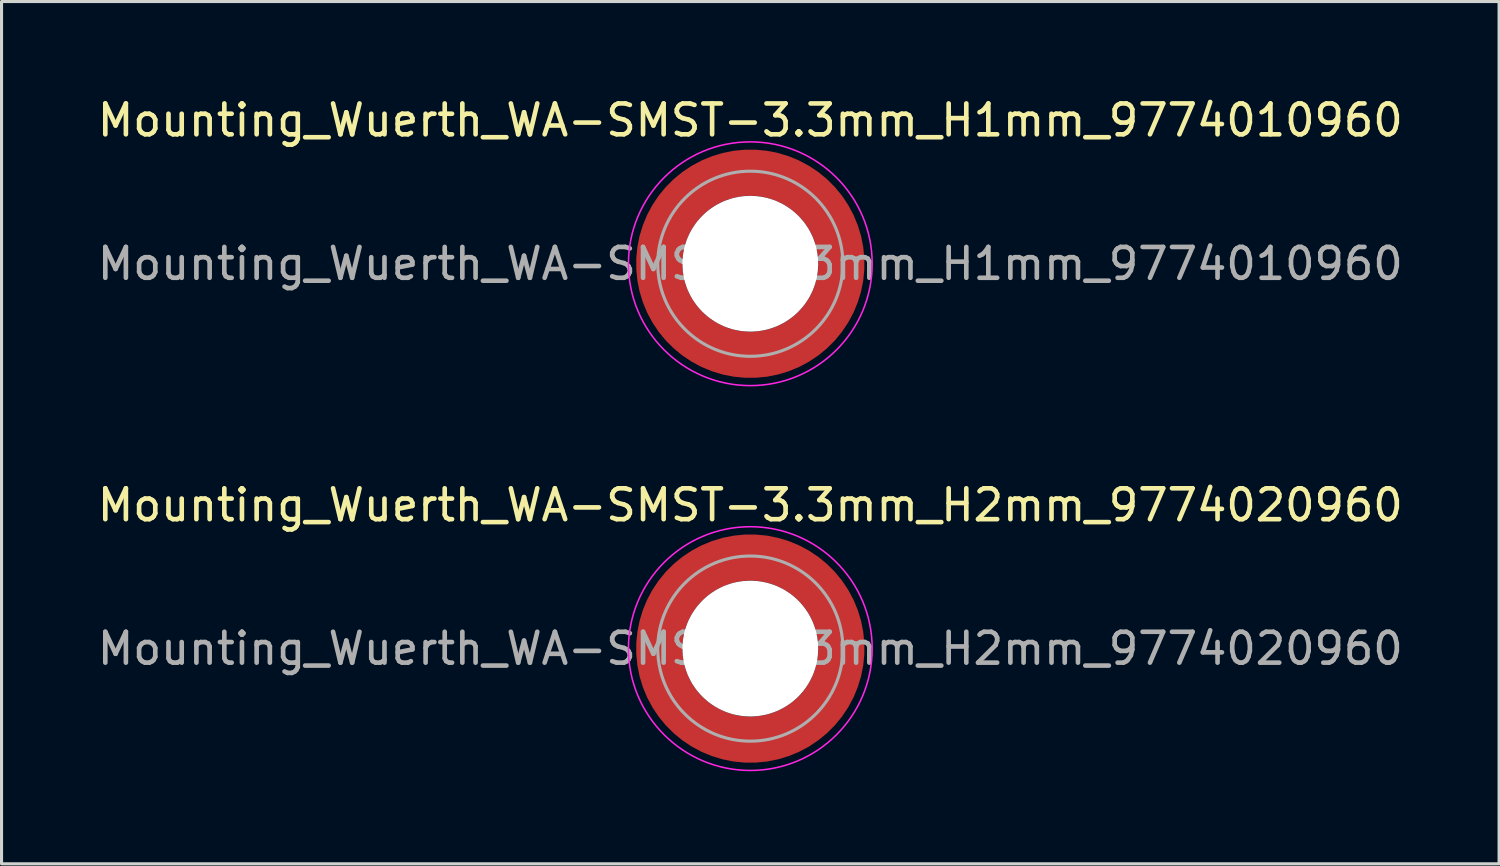
<source format=kicad_pcb>
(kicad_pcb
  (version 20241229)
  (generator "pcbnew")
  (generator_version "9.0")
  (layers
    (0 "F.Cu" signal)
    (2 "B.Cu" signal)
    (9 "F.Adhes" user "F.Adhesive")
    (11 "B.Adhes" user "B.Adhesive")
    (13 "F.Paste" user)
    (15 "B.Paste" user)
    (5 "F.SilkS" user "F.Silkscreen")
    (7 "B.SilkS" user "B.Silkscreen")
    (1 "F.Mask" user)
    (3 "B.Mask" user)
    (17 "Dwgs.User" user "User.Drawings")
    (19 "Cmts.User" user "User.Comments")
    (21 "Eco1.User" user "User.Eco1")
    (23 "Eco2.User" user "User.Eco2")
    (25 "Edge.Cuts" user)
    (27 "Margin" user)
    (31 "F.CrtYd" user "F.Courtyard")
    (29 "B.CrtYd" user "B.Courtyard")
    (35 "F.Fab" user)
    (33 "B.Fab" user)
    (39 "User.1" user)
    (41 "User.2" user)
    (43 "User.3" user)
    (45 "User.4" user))
  (footprint "Mounting_Wuerth_WA-SMST-3.3mm_H1mm_9774010960"
    (layer "F.Cu")
    (at 21.268 5.498)
    (property "Reference" "Mounting_Wuerth_WA-SMST-3.3mm_H1mm_9774010960" (at 0 -4.65 0) (layer "F.SilkS") (effects (font (size 1 1) (thickness 0.15))))
    (property "Mouser Part no." "" (at 0 0 0) (layer "F.Fab") (effects (font (size 1.27 1.27) (thickness 0.15))))
    (property "Mouser link" "" (at 0 0 0) (layer "F.Fab") (effects (font (size 1.27 1.27) (thickness 0.15))))
    (attr smd)
    (fp_circle (center 0 0) (end 3.95 0) (stroke (width 0.05) (type solid)) (fill no) (layer "F.CrtYd"))
    (fp_circle (center 0 0) (end 3 0) (stroke (width 0.1) (type solid)) (fill no) (layer "F.Fab"))
    (fp_text user "${REFERENCE}" (at 0 0 0) (layer "F.Fab") (effects (font (size 1 1) (thickness 0.15))))
    (pad "" smd custom (at -2.058 -2.058) (size 0.7 0.7) (layers "F.Paste") (options (anchor circle)) (primitives (gr_arc (start -0.377294 1.707681) (mid 0.317579 0.318817) (end 1.705947 -0.377044) (width 0.2)) (gr_arc (start -0.478281 1.707681) (mid 0.246161 0.248814) (end 1.703965 -0.477765) (width 0.2)) (gr_arc (start -0.579192 1.707681) (mid 0.175492 0.178063) (end 1.704077 -0.578711) (width 0.2)) (gr_arc (start -0.680037 1.707681) (mid 0.105568 0.106564) (end 1.706284 -0.679858) (width 0.2)) (gr_arc (start -0.780822 1.707681) (mid 0.034627 0.036085) (end 1.705634 -0.780569) (width 0.2)) (gr_arc (start -0.881554 1.707681) (mid -0.035694 -0.035016) (end 1.706729 -0.881441) (width 0.2)) (gr_arc (start -0.982237 1.707681) (mid -0.107281 -0.10485) (end 1.704266 -0.981842) (width 0.2)) (gr_arc (start -1.082877 1.707681) (mid -0.178372 -0.175181) (end 1.703197 -1.082374) (width 0.2)) (gr_arc (start -1.183476 1.707681) (mid -0.248964 -0.246008) (end 1.703525 -1.183025) (width 0.2)) (gr_arc (start -1.28404 1.707681) (mid -0.319062 -0.317333) (end 1.70525 -1.283784) (width 0.2)) (gr_line (start 1.708 -0.377) (end 1.708 -1.284) (width 0.2)) (gr_line (start -0.377 1.708) (end -1.284 1.708) (width 0.2))))
    (pad "" smd custom (at -2.058 2.058) (size 0.7 0.7) (layers "F.Paste") (options (anchor circle)) (primitives (gr_arc (start 1.707681 0.377294) (mid 0.318817 -0.317579) (end -0.377044 -1.705947) (width 0.2)) (gr_arc (start 1.707681 0.478281) (mid 0.248814 -0.246161) (end -0.477765 -1.703965) (width 0.2)) (gr_arc (start 1.707681 0.579192) (mid 0.178063 -0.175492) (end -0.578711 -1.704077) (width 0.2)) (gr_arc (start 1.707681 0.680037) (mid 0.106564 -0.105568) (end -0.679858 -1.706284) (width 0.2)) (gr_arc (start 1.707681 0.780822) (mid 0.036085 -0.034627) (end -0.780569 -1.705634) (width 0.2)) (gr_arc (start 1.707681 0.881554) (mid -0.035016 0.035694) (end -0.881441 -1.706729) (width 0.2)) (gr_arc (start 1.707681 0.982237) (mid -0.10485 0.107281) (end -0.981842 -1.704266) (width 0.2)) (gr_arc (start 1.707681 1.082877) (mid -0.175181 0.178372) (end -1.082374 -1.703197) (width 0.2)) (gr_arc (start 1.707681 1.183476) (mid -0.246008 0.248964) (end -1.183025 -1.703525) (width 0.2)) (gr_arc (start 1.707681 1.28404) (mid -0.317333 0.319062) (end -1.283784 -1.70525) (width 0.2)) (gr_line (start -0.377 -1.708) (end -1.284 -1.708) (width 0.2)) (gr_line (start 1.708 0.377) (end 1.708 1.284) (width 0.2))))
    (pad "" np_thru_hole circle (at 0 0) (size 4.4 4.4) (drill 4.4) (layers "*.Cu" "*.Mask"))
    (pad "" smd custom (at 2.058 -2.058) (size 0.7 0.7) (layers "F.Paste") (options (anchor circle)) (primitives (gr_arc (start -1.707681 -0.377294) (mid -0.318817 0.317579) (end 0.377044 1.705947) (width 0.2)) (gr_arc (start -1.707681 -0.478281) (mid -0.248814 0.246161) (end 0.477765 1.703965) (width 0.2)) (gr_arc (start -1.707681 -0.579192) (mid -0.178063 0.175492) (end 0.578711 1.704077) (width 0.2)) (gr_arc (start -1.707681 -0.680037) (mid -0.106564 0.105568) (end 0.679858 1.706284) (width 0.2)) (gr_arc (start -1.707681 -0.780822) (mid -0.036085 0.034627) (end 0.780569 1.705634) (width 0.2)) (gr_arc (start -1.707681 -0.881554) (mid 0.035016 -0.035694) (end 0.881441 1.706729) (width 0.2)) (gr_arc (start -1.707681 -0.982237) (mid 0.10485 -0.107281) (end 0.981842 1.704266) (width 0.2)) (gr_arc (start -1.707681 -1.082877) (mid 0.175181 -0.178372) (end 1.082374 1.703197) (width 0.2)) (gr_arc (start -1.707681 -1.183476) (mid 0.246008 -0.248964) (end 1.183025 1.703525) (width 0.2)) (gr_arc (start -1.707681 -1.28404) (mid 0.317333 -0.319062) (end 1.283784 1.70525) (width 0.2)) (gr_line (start 0.377 1.708) (end 1.284 1.708) (width 0.2)) (gr_line (start -1.708 -0.377) (end -1.708 -1.284) (width 0.2))))
    (pad "" smd custom (at 2.058 2.058) (size 0.7 0.7) (layers "F.Paste") (options (anchor circle)) (primitives (gr_arc (start 0.377294 -1.707681) (mid -0.317579 -0.318817) (end -1.705947 0.377044) (width 0.2)) (gr_arc (start 0.478281 -1.707681) (mid -0.246161 -0.248814) (end -1.703965 0.477765) (width 0.2)) (gr_arc (start 0.579192 -1.707681) (mid -0.175492 -0.178063) (end -1.704077 0.578711) (width 0.2)) (gr_arc (start 0.680037 -1.707681) (mid -0.105568 -0.106564) (end -1.706284 0.679858) (width 0.2)) (gr_arc (start 0.780822 -1.707681) (mid -0.034627 -0.036085) (end -1.705634 0.780569) (width 0.2)) (gr_arc (start 0.881554 -1.707681) (mid 0.035694 0.035016) (end -1.706729 0.881441) (width 0.2)) (gr_arc (start 0.982237 -1.707681) (mid 0.107281 0.10485) (end -1.704266 0.981842) (width 0.2)) (gr_arc (start 1.082877 -1.707681) (mid 0.178372 0.175181) (end -1.703197 1.082374) (width 0.2)) (gr_arc (start 1.183476 -1.707681) (mid 0.248964 0.246008) (end -1.703525 1.183025) (width 0.2)) (gr_arc (start 1.28404 -1.707681) (mid 0.319062 0.317333) (end -1.70525 1.283784) (width 0.2)) (gr_line (start -1.708 0.377) (end -1.708 1.284) (width 0.2)) (gr_line (start 0.377 -1.708) (end 1.284 -1.708) (width 0.2))))
    (pad "1" smd circle (at -2.95 0) (size 1.1 1.1) (layers "F.Cu"))
    (pad "1" smd circle (at 0 -2.95) (size 1.1 1.1) (layers "F.Cu"))
    (pad "1" smd circle (at 0 2.95) (size 1.1 1.1) (layers "F.Cu"))
    (pad "1" smd custom (at 2.95 0) (size 1.1 1.1) (layers "F.Cu" "F.Mask") (options (anchor circle)) (primitives (gr_circle (center -2.95 0) (end 0 0) (width 1.5) (fill no)))))
  (footprint "Mounting_Wuerth_WA-SMST-3.3mm_H2mm_9774020960"
    (layer "F.Cu")
    (at 21.268 17.971)
    (property "Reference" "Mounting_Wuerth_WA-SMST-3.3mm_H2mm_9774020960" (at 0 -4.65 0) (layer "F.SilkS") (effects (font (size 1 1) (thickness 0.15))))
    (property "Mouser Part no." "" (at 0 0 0) (layer "F.Fab") (effects (font (size 1.27 1.27) (thickness 0.15))))
    (property "Mouser link" "" (at 0 0 0) (layer "F.Fab") (effects (font (size 1.27 1.27) (thickness 0.15))))
    (attr smd)
    (fp_circle (center 0 0) (end 3.95 0) (stroke (width 0.05) (type solid)) (fill no) (layer "F.CrtYd"))
    (fp_circle (center 0 0) (end 3 0) (stroke (width 0.1) (type solid)) (fill no) (layer "F.Fab"))
    (fp_text user "${REFERENCE}" (at 0 0 0) (layer "F.Fab") (effects (font (size 1 1) (thickness 0.15))))
    (pad "" smd custom (at -2.058 -2.058) (size 0.7 0.7) (layers "F.Paste") (options (anchor circle)) (primitives (gr_arc (start -0.377294 1.707681) (mid 0.317579 0.318817) (end 1.705947 -0.377044) (width 0.2)) (gr_arc (start -0.478281 1.707681) (mid 0.246161 0.248814) (end 1.703965 -0.477765) (width 0.2)) (gr_arc (start -0.579192 1.707681) (mid 0.175492 0.178063) (end 1.704077 -0.578711) (width 0.2)) (gr_arc (start -0.680037 1.707681) (mid 0.105568 0.106564) (end 1.706284 -0.679858) (width 0.2)) (gr_arc (start -0.780822 1.707681) (mid 0.034627 0.036085) (end 1.705634 -0.780569) (width 0.2)) (gr_arc (start -0.881554 1.707681) (mid -0.035694 -0.035016) (end 1.706729 -0.881441) (width 0.2)) (gr_arc (start -0.982237 1.707681) (mid -0.107281 -0.10485) (end 1.704266 -0.981842) (width 0.2)) (gr_arc (start -1.082877 1.707681) (mid -0.178372 -0.175181) (end 1.703197 -1.082374) (width 0.2)) (gr_arc (start -1.183476 1.707681) (mid -0.248964 -0.246008) (end 1.703525 -1.183025) (width 0.2)) (gr_arc (start -1.28404 1.707681) (mid -0.319062 -0.317333) (end 1.70525 -1.283784) (width 0.2)) (gr_line (start 1.708 -0.377) (end 1.708 -1.284) (width 0.2)) (gr_line (start -0.377 1.708) (end -1.284 1.708) (width 0.2))))
    (pad "" smd custom (at -2.058 2.058) (size 0.7 0.7) (layers "F.Paste") (options (anchor circle)) (primitives (gr_arc (start 1.707681 0.377294) (mid 0.318817 -0.317579) (end -0.377044 -1.705947) (width 0.2)) (gr_arc (start 1.707681 0.478281) (mid 0.248814 -0.246161) (end -0.477765 -1.703965) (width 0.2)) (gr_arc (start 1.707681 0.579192) (mid 0.178063 -0.175492) (end -0.578711 -1.704077) (width 0.2)) (gr_arc (start 1.707681 0.680037) (mid 0.106564 -0.105568) (end -0.679858 -1.706284) (width 0.2)) (gr_arc (start 1.707681 0.780822) (mid 0.036085 -0.034627) (end -0.780569 -1.705634) (width 0.2)) (gr_arc (start 1.707681 0.881554) (mid -0.035016 0.035694) (end -0.881441 -1.706729) (width 0.2)) (gr_arc (start 1.707681 0.982237) (mid -0.10485 0.107281) (end -0.981842 -1.704266) (width 0.2)) (gr_arc (start 1.707681 1.082877) (mid -0.175181 0.178372) (end -1.082374 -1.703197) (width 0.2)) (gr_arc (start 1.707681 1.183476) (mid -0.246008 0.248964) (end -1.183025 -1.703525) (width 0.2)) (gr_arc (start 1.707681 1.28404) (mid -0.317333 0.319062) (end -1.283784 -1.70525) (width 0.2)) (gr_line (start -0.377 -1.708) (end -1.284 -1.708) (width 0.2)) (gr_line (start 1.708 0.377) (end 1.708 1.284) (width 0.2))))
    (pad "" np_thru_hole circle (at 0 0) (size 4.4 4.4) (drill 4.4) (layers "*.Cu" "*.Mask"))
    (pad "" smd custom (at 2.058 -2.058) (size 0.7 0.7) (layers "F.Paste") (options (anchor circle)) (primitives (gr_arc (start -1.707681 -0.377294) (mid -0.318817 0.317579) (end 0.377044 1.705947) (width 0.2)) (gr_arc (start -1.707681 -0.478281) (mid -0.248814 0.246161) (end 0.477765 1.703965) (width 0.2)) (gr_arc (start -1.707681 -0.579192) (mid -0.178063 0.175492) (end 0.578711 1.704077) (width 0.2)) (gr_arc (start -1.707681 -0.680037) (mid -0.106564 0.105568) (end 0.679858 1.706284) (width 0.2)) (gr_arc (start -1.707681 -0.780822) (mid -0.036085 0.034627) (end 0.780569 1.705634) (width 0.2)) (gr_arc (start -1.707681 -0.881554) (mid 0.035016 -0.035694) (end 0.881441 1.706729) (width 0.2)) (gr_arc (start -1.707681 -0.982237) (mid 0.10485 -0.107281) (end 0.981842 1.704266) (width 0.2)) (gr_arc (start -1.707681 -1.082877) (mid 0.175181 -0.178372) (end 1.082374 1.703197) (width 0.2)) (gr_arc (start -1.707681 -1.183476) (mid 0.246008 -0.248964) (end 1.183025 1.703525) (width 0.2)) (gr_arc (start -1.707681 -1.28404) (mid 0.317333 -0.319062) (end 1.283784 1.70525) (width 0.2)) (gr_line (start 0.377 1.708) (end 1.284 1.708) (width 0.2)) (gr_line (start -1.708 -0.377) (end -1.708 -1.284) (width 0.2))))
    (pad "" smd custom (at 2.058 2.058) (size 0.7 0.7) (layers "F.Paste") (options (anchor circle)) (primitives (gr_arc (start 0.377294 -1.707681) (mid -0.317579 -0.318817) (end -1.705947 0.377044) (width 0.2)) (gr_arc (start 0.478281 -1.707681) (mid -0.246161 -0.248814) (end -1.703965 0.477765) (width 0.2)) (gr_arc (start 0.579192 -1.707681) (mid -0.175492 -0.178063) (end -1.704077 0.578711) (width 0.2)) (gr_arc (start 0.680037 -1.707681) (mid -0.105568 -0.106564) (end -1.706284 0.679858) (width 0.2)) (gr_arc (start 0.780822 -1.707681) (mid -0.034627 -0.036085) (end -1.705634 0.780569) (width 0.2)) (gr_arc (start 0.881554 -1.707681) (mid 0.035694 0.035016) (end -1.706729 0.881441) (width 0.2)) (gr_arc (start 0.982237 -1.707681) (mid 0.107281 0.10485) (end -1.704266 0.981842) (width 0.2)) (gr_arc (start 1.082877 -1.707681) (mid 0.178372 0.175181) (end -1.703197 1.082374) (width 0.2)) (gr_arc (start 1.183476 -1.707681) (mid 0.248964 0.246008) (end -1.703525 1.183025) (width 0.2)) (gr_arc (start 1.28404 -1.707681) (mid 0.319062 0.317333) (end -1.70525 1.283784) (width 0.2)) (gr_line (start -1.708 0.377) (end -1.708 1.284) (width 0.2)) (gr_line (start 0.377 -1.708) (end 1.284 -1.708) (width 0.2))))
    (pad "1" smd circle (at -2.95 0) (size 1.1 1.1) (layers "F.Cu"))
    (pad "1" smd circle (at 0 -2.95) (size 1.1 1.1) (layers "F.Cu"))
    (pad "1" smd circle (at 0 2.95) (size 1.1 1.1) (layers "F.Cu"))
    (pad "1" smd custom (at 2.95 0) (size 1.1 1.1) (layers "F.Cu" "F.Mask") (options (anchor circle)) (primitives (gr_circle (center -2.95 0) (end 0 0) (width 1.5) (fill no)))))
  (gr_rect
    (start -3 -3)
    (end 45.536 24.947)
    (stroke (width 0.1) (type default))
    (fill no)
    (layer "Edge.Cuts")))
</source>
